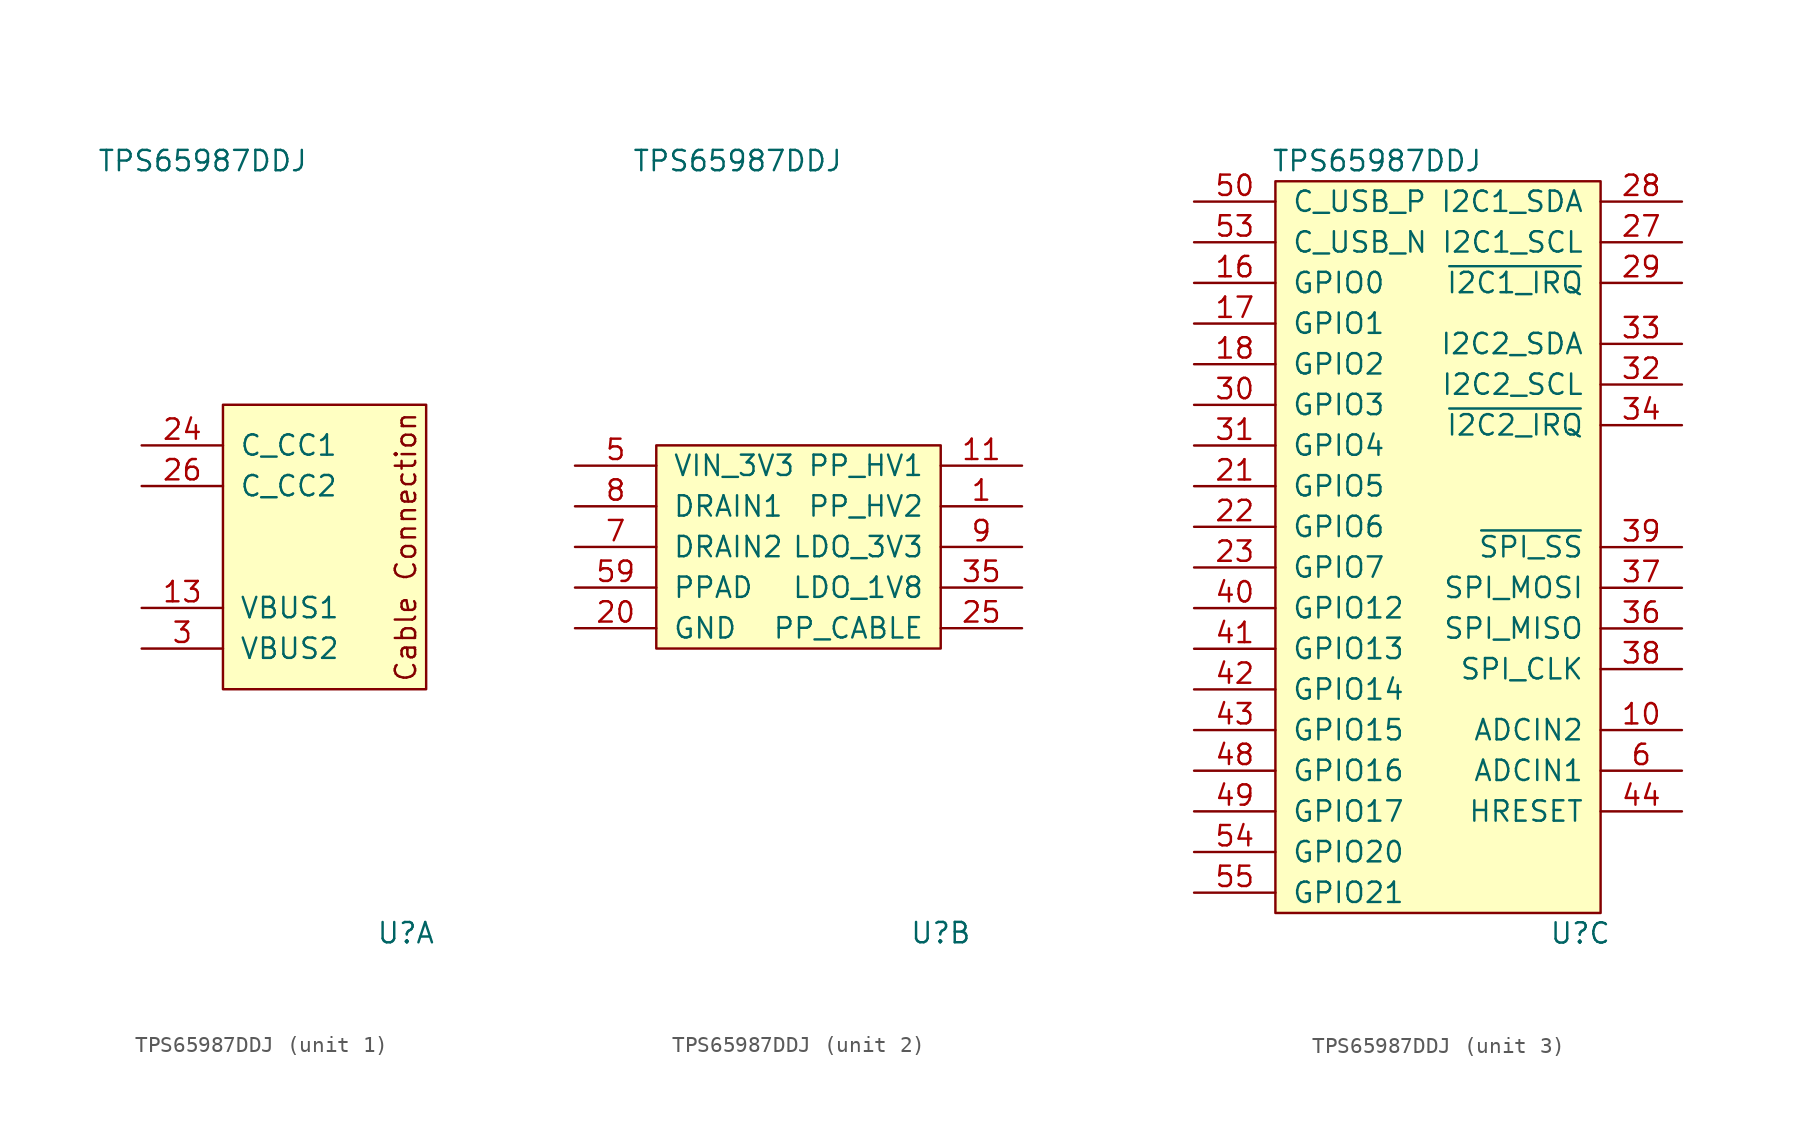
<source format=kicad_sym>
(kicad_symbol_lib
  (version 20241209)
  (generator "kicad_symbol_editor")
  (generator_version "9.0")
  (symbol "TPS65987DDJ"
    (pin_names
      (offset 1.016))
    (property "Reference" "U"
      (at 8.89 -24.13 0)
      (effects (font (size 1.27 1.27))))
    (property "Value" "TPS65987DDJ"
      (at -3.81 24.13 0)
      (effects (font (size 1.27 1.27))))
    (property "ki_locked" ""
      (at 0 0 0)
      (effects (font (size 1.27 1.27))))
    (symbol "TPS65987DDJ_1_0"
      (rectangle (start -2.54 8.89) (end 10.16 -8.89) (stroke (width 0) (type solid)) (fill (type background)))
      (text "Cable Connection" (at 8.89 0 900) (effects (font (size 1.27 1.27)))))
    (symbol "TPS65987DDJ_1_1"
      (pin bidirectional line (at -7.62 6.35 0) (length 5.08) (name "C_CC1" (effects (font (size 1.27 1.27)))) (number "24" (effects (font (size 1.27 1.27)))))
      (pin bidirectional line (at -7.62 3.81 0) (length 5.08) (name "C_CC2" (effects (font (size 1.27 1.27)))) (number "26" (effects (font (size 1.27 1.27)))))
      (pin passive line (at -7.62 -3.81 0) (length 5.08) (name "VBUS1" (effects (font (size 1.27 1.27)))) (number "13" (effects (font (size 1.27 1.27)))))
      (pin passive line (at -7.62 -3.81 0) (length 5.08) (hide yes) (name "VBUS1" (effects (font (size 1.27 1.27)))) (number "14" (effects (font (size 1.27 1.27)))))
      (pin passive line (at -7.62 -6.35 0) (length 5.08) (name "VBUS2" (effects (font (size 1.27 1.27)))) (number "3" (effects (font (size 1.27 1.27)))))
      (pin passive line (at -7.62 -6.35 0) (length 5.08) (hide yes) (name "VBUS2" (effects (font (size 1.27 1.27)))) (number "4" (effects (font (size 1.27 1.27))))))
    (symbol "TPS65987DDJ_2_0"
      (rectangle (start -8.89 6.35) (end 8.89 -6.35) (stroke (width 0) (type solid)) (fill (type background))))
    (symbol "TPS65987DDJ_2_1"
      (pin power_in line (at -13.97 5.08 0) (length 5.08) (name "VIN_3V3" (effects (font (size 1.27 1.27)))) (number "5" (effects (font (size 1.27 1.27)))))
      (pin passive line (at -13.97 2.54 0) (length 5.08) (hide yes) (name "DRAIN1" (effects (font (size 1.27 1.27)))) (number "15" (effects (font (size 1.27 1.27)))))
      (pin passive line (at -13.97 2.54 0) (length 5.08) (hide yes) (name "DRAIN1" (effects (font (size 1.27 1.27)))) (number "19" (effects (font (size 1.27 1.27)))))
      (pin passive line (at -13.97 2.54 0) (length 5.08) (hide yes) (name "DRAIN1" (effects (font (size 1.27 1.27)))) (number "58" (effects (font (size 1.27 1.27)))))
      (pin power_in line (at -13.97 2.54 0) (length 5.08) (name "DRAIN1" (effects (font (size 1.27 1.27)))) (number "8" (effects (font (size 1.27 1.27)))))
      (pin passive line (at -13.97 0 0) (length 5.08) (hide yes) (name "DRAIN2" (effects (font (size 1.27 1.27)))) (number "52" (effects (font (size 1.27 1.27)))))
      (pin passive line (at -13.97 0 0) (length 5.08) (hide yes) (name "DRAIN2" (effects (font (size 1.27 1.27)))) (number "56" (effects (font (size 1.27 1.27)))))
      (pin passive line (at -13.97 0 0) (length 5.08) (hide yes) (name "DRAIN2" (effects (font (size 1.27 1.27)))) (number "57" (effects (font (size 1.27 1.27)))))
      (pin power_in line (at -13.97 0 0) (length 5.08) (name "DRAIN2" (effects (font (size 1.27 1.27)))) (number "7" (effects (font (size 1.27 1.27)))))
      (pin power_in line (at -13.97 -2.54 0) (length 5.08) (name "PPAD" (effects (font (size 1.27 1.27)))) (number "59" (effects (font (size 1.27 1.27)))))
      (pin power_in line (at -13.97 -5.08 0) (length 5.08) (name "GND" (effects (font (size 1.27 1.27)))) (number "20" (effects (font (size 1.27 1.27)))))
      (pin passive line (at -13.97 -5.08 0) (length 5.08) (hide yes) (name "GND" (effects (font (size 1.27 1.27)))) (number "45" (effects (font (size 1.27 1.27)))))
      (pin passive line (at -13.97 -5.08 0) (length 5.08) (hide yes) (name "GND" (effects (font (size 1.27 1.27)))) (number "46" (effects (font (size 1.27 1.27)))))
      (pin passive line (at -13.97 -5.08 0) (length 5.08) (hide yes) (name "GND" (effects (font (size 1.27 1.27)))) (number "47" (effects (font (size 1.27 1.27)))))
      (pin passive line (at -13.97 -5.08 0) (length 5.08) (hide yes) (name "GND" (effects (font (size 1.27 1.27)))) (number "51" (effects (font (size 1.27 1.27)))))
      (pin power_in line (at 13.97 5.08 180) (length 5.08) (name "PP_HV1" (effects (font (size 1.27 1.27)))) (number "11" (effects (font (size 1.27 1.27)))))
      (pin passive line (at 13.97 5.08 180) (length 5.08) (hide yes) (name "PP_HV1" (effects (font (size 1.27 1.27)))) (number "12" (effects (font (size 1.27 1.27)))))
      (pin power_in line (at 13.97 2.54 180) (length 5.08) (name "PP_HV2" (effects (font (size 1.27 1.27)))) (number "1" (effects (font (size 1.27 1.27)))))
      (pin passive line (at 13.97 2.54 180) (length 5.08) (hide yes) (name "PP_HV2" (effects (font (size 1.27 1.27)))) (number "2" (effects (font (size 1.27 1.27)))))
      (pin power_out line (at 13.97 0 180) (length 5.08) (name "LDO_3V3" (effects (font (size 1.27 1.27)))) (number "9" (effects (font (size 1.27 1.27)))))
      (pin power_out line (at 13.97 -2.54 180) (length 5.08) (name "LDO_1V8" (effects (font (size 1.27 1.27)))) (number "35" (effects (font (size 1.27 1.27)))))
      (pin power_in line (at 13.97 -5.08 180) (length 5.08) (name "PP_CABLE" (effects (font (size 1.27 1.27)))) (number "25" (effects (font (size 1.27 1.27))))))
    (symbol "TPS65987DDJ_3_0"
      (rectangle (start -10.16 22.86) (end 10.16 -22.86) (stroke (width 0) (type solid)) (fill (type background))))
    (symbol "TPS65987DDJ_3_1"
      (pin bidirectional line (at -15.24 21.59 0) (length 5.08) (name "C_USB_P" (effects (font (size 1.27 1.27)))) (number "50" (effects (font (size 1.27 1.27)))))
      (pin bidirectional line (at -15.24 19.05 0) (length 5.08) (name "C_USB_N" (effects (font (size 1.27 1.27)))) (number "53" (effects (font (size 1.27 1.27)))))
      (pin bidirectional line (at -15.24 16.51 0) (length 5.08) (name "GPIO0" (effects (font (size 1.27 1.27)))) (number "16" (effects (font (size 1.27 1.27)))))
      (pin bidirectional line (at -15.24 13.97 0) (length 5.08) (name "GPIO1" (effects (font (size 1.27 1.27)))) (number "17" (effects (font (size 1.27 1.27)))))
      (pin bidirectional line (at -15.24 11.43 0) (length 5.08) (name "GPIO2" (effects (font (size 1.27 1.27)))) (number "18" (effects (font (size 1.27 1.27)))))
      (pin bidirectional line (at -15.24 8.89 0) (length 5.08) (name "GPIO3" (effects (font (size 1.27 1.27)))) (number "30" (effects (font (size 1.27 1.27)))))
      (pin bidirectional line (at -15.24 6.35 0) (length 5.08) (name "GPIO4" (effects (font (size 1.27 1.27)))) (number "31" (effects (font (size 1.27 1.27)))))
      (pin bidirectional line (at -15.24 3.81 0) (length 5.08) (name "GPIO5" (effects (font (size 1.27 1.27)))) (number "21" (effects (font (size 1.27 1.27)))))
      (pin bidirectional line (at -15.24 1.27 0) (length 5.08) (name "GPIO6" (effects (font (size 1.27 1.27)))) (number "22" (effects (font (size 1.27 1.27)))))
      (pin bidirectional line (at -15.24 -1.27 0) (length 5.08) (name "GPIO7" (effects (font (size 1.27 1.27)))) (number "23" (effects (font (size 1.27 1.27)))))
      (pin bidirectional line (at -15.24 -3.81 0) (length 5.08) (name "GPIO12" (effects (font (size 1.27 1.27)))) (number "40" (effects (font (size 1.27 1.27)))))
      (pin bidirectional line (at -15.24 -6.35 0) (length 5.08) (name "GPIO13" (effects (font (size 1.27 1.27)))) (number "41" (effects (font (size 1.27 1.27)))))
      (pin bidirectional line (at -15.24 -8.89 0) (length 5.08) (name "GPIO14" (effects (font (size 1.27 1.27)))) (number "42" (effects (font (size 1.27 1.27)))))
      (pin bidirectional line (at -15.24 -11.43 0) (length 5.08) (name "GPIO15" (effects (font (size 1.27 1.27)))) (number "43" (effects (font (size 1.27 1.27)))))
      (pin bidirectional line (at -15.24 -13.97 0) (length 5.08) (name "GPIO16" (effects (font (size 1.27 1.27)))) (number "48" (effects (font (size 1.27 1.27)))))
      (pin bidirectional line (at -15.24 -16.51 0) (length 5.08) (name "GPIO17" (effects (font (size 1.27 1.27)))) (number "49" (effects (font (size 1.27 1.27)))))
      (pin bidirectional line (at -15.24 -19.05 0) (length 5.08) (name "GPIO20" (effects (font (size 1.27 1.27)))) (number "54" (effects (font (size 1.27 1.27)))))
      (pin bidirectional line (at -15.24 -21.59 0) (length 5.08) (name "GPIO21" (effects (font (size 1.27 1.27)))) (number "55" (effects (font (size 1.27 1.27)))))
      (pin bidirectional line (at 15.24 21.59 180) (length 5.08) (name "I2C1_SDA" (effects (font (size 1.27 1.27)))) (number "28" (effects (font (size 1.27 1.27)))))
      (pin bidirectional line (at 15.24 19.05 180) (length 5.08) (name "I2C1_SCL" (effects (font (size 1.27 1.27)))) (number "27" (effects (font (size 1.27 1.27)))))
      (pin output line (at 15.24 16.51 180) (length 5.08) (name "~{I2C1_IRQ}" (effects (font (size 1.27 1.27)))) (number "29" (effects (font (size 1.27 1.27)))))
      (pin bidirectional line (at 15.24 12.7 180) (length 5.08) (name "I2C2_SDA" (effects (font (size 1.27 1.27)))) (number "33" (effects (font (size 1.27 1.27)))))
      (pin bidirectional line (at 15.24 10.16 180) (length 5.08) (name "I2C2_SCL" (effects (font (size 1.27 1.27)))) (number "32" (effects (font (size 1.27 1.27)))))
      (pin output line (at 15.24 7.62 180) (length 5.08) (name "~{I2C2_IRQ}" (effects (font (size 1.27 1.27)))) (number "34" (effects (font (size 1.27 1.27)))))
      (pin bidirectional line (at 15.24 0 180) (length 5.08) (name "~{SPI_SS}" (effects (font (size 1.27 1.27)))) (number "39" (effects (font (size 1.27 1.27)))))
      (pin bidirectional line (at 15.24 -2.54 180) (length 5.08) (name "SPI_MOSI" (effects (font (size 1.27 1.27)))) (number "37" (effects (font (size 1.27 1.27)))))
      (pin bidirectional line (at 15.24 -5.08 180) (length 5.08) (name "SPI_MISO" (effects (font (size 1.27 1.27)))) (number "36" (effects (font (size 1.27 1.27)))))
      (pin bidirectional line (at 15.24 -7.62 180) (length 5.08) (name "SPI_CLK" (effects (font (size 1.27 1.27)))) (number "38" (effects (font (size 1.27 1.27)))))
      (pin input line (at 15.24 -11.43 180) (length 5.08) (name "ADCIN2" (effects (font (size 1.27 1.27)))) (number "10" (effects (font (size 1.27 1.27)))))
      (pin input line (at 15.24 -13.97 180) (length 5.08) (name "ADCIN1" (effects (font (size 1.27 1.27)))) (number "6" (effects (font (size 1.27 1.27)))))
      (pin bidirectional line (at 15.24 -16.51 180) (length 5.08) (name "HRESET" (effects (font (size 1.27 1.27)))) (number "44" (effects (font (size 1.27 1.27))))))))
</source>
